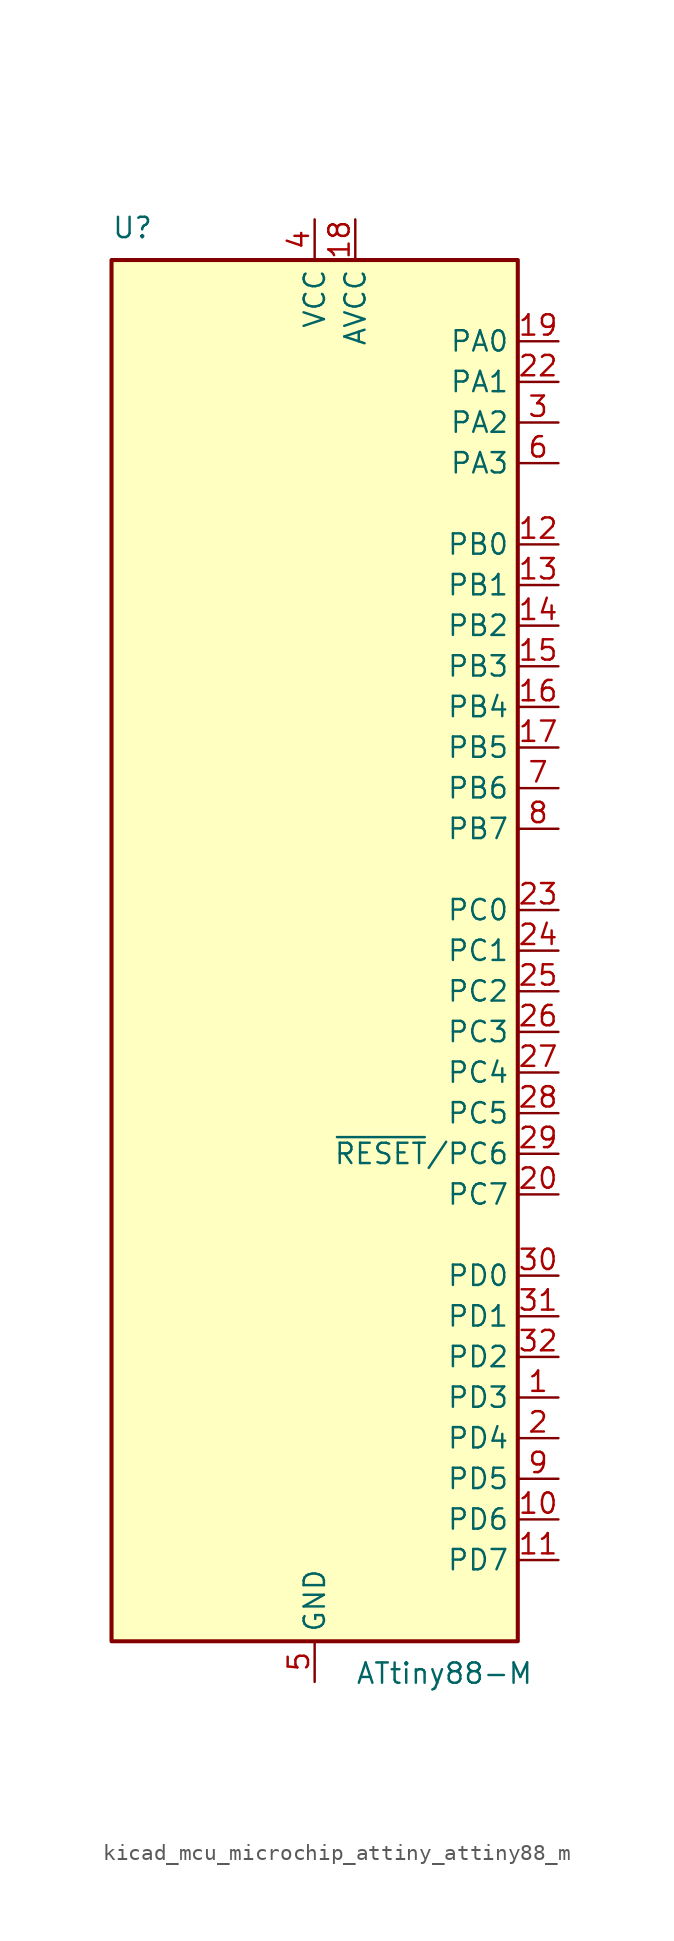
<source format=kicad_sym>
(kicad_symbol_lib
  (version 20220914)
  (generator kicad_symbol_editor)
  (symbol "kicad_mcu_microchip_attiny_attiny88_m"
    (property "Reference" "U"
      (at -12.7 44.45 0)
      (effects (font (size 1.27 1.27)) (justify left bottom)))
    (property "Value" "ATtiny88-M"
      (at 2.54 -44.45 0)
      (effects (font (size 1.27 1.27)) (justify left top)))
    (symbol "kicad_mcu_microchip_attiny_attiny88_m_0_1"
      (rectangle (start -12.7 -43.18) (end 12.7 43.18) (stroke (width 0.254) (type default)) (fill (type background))))
    (symbol "kicad_mcu_microchip_attiny_attiny88_m_1_1"
      (pin bidirectional line (at 15.24 -27.94 180) (length 2.54) (name "PD3" (effects (font (size 1.27 1.27)))) (number "1" (effects (font (size 1.27 1.27)))))
      (pin bidirectional line (at 15.24 -35.56 180) (length 2.54) (name "PD6" (effects (font (size 1.27 1.27)))) (number "10" (effects (font (size 1.27 1.27)))))
      (pin bidirectional line (at 15.24 -38.1 180) (length 2.54) (name "PD7" (effects (font (size 1.27 1.27)))) (number "11" (effects (font (size 1.27 1.27)))))
      (pin bidirectional line (at 15.24 25.4 180) (length 2.54) (name "PB0" (effects (font (size 1.27 1.27)))) (number "12" (effects (font (size 1.27 1.27)))))
      (pin bidirectional line (at 15.24 22.86 180) (length 2.54) (name "PB1" (effects (font (size 1.27 1.27)))) (number "13" (effects (font (size 1.27 1.27)))))
      (pin bidirectional line (at 15.24 20.32 180) (length 2.54) (name "PB2" (effects (font (size 1.27 1.27)))) (number "14" (effects (font (size 1.27 1.27)))))
      (pin bidirectional line (at 15.24 17.78 180) (length 2.54) (name "PB3" (effects (font (size 1.27 1.27)))) (number "15" (effects (font (size 1.27 1.27)))))
      (pin bidirectional line (at 15.24 15.24 180) (length 2.54) (name "PB4" (effects (font (size 1.27 1.27)))) (number "16" (effects (font (size 1.27 1.27)))))
      (pin bidirectional line (at 15.24 12.7 180) (length 2.54) (name "PB5" (effects (font (size 1.27 1.27)))) (number "17" (effects (font (size 1.27 1.27)))))
      (pin power_in line (at 2.54 45.72 270) (length 2.54) (name "AVCC" (effects (font (size 1.27 1.27)))) (number "18" (effects (font (size 1.27 1.27)))))
      (pin bidirectional line (at 15.24 38.1 180) (length 2.54) (name "PA0" (effects (font (size 1.27 1.27)))) (number "19" (effects (font (size 1.27 1.27)))))
      (pin bidirectional line (at 15.24 -30.48 180) (length 2.54) (name "PD4" (effects (font (size 1.27 1.27)))) (number "2" (effects (font (size 1.27 1.27)))))
      (pin bidirectional line (at 15.24 -15.24 180) (length 2.54) (name "PC7" (effects (font (size 1.27 1.27)))) (number "20" (effects (font (size 1.27 1.27)))))
      (pin passive line (at 0 -45.72 90) (length 2.54) hide (name "GND" (effects (font (size 1.27 1.27)))) (number "21" (effects (font (size 1.27 1.27)))))
      (pin bidirectional line (at 15.24 35.56 180) (length 2.54) (name "PA1" (effects (font (size 1.27 1.27)))) (number "22" (effects (font (size 1.27 1.27)))))
      (pin bidirectional line (at 15.24 2.54 180) (length 2.54) (name "PC0" (effects (font (size 1.27 1.27)))) (number "23" (effects (font (size 1.27 1.27)))))
      (pin bidirectional line (at 15.24 0 180) (length 2.54) (name "PC1" (effects (font (size 1.27 1.27)))) (number "24" (effects (font (size 1.27 1.27)))))
      (pin bidirectional line (at 15.24 -2.54 180) (length 2.54) (name "PC2" (effects (font (size 1.27 1.27)))) (number "25" (effects (font (size 1.27 1.27)))))
      (pin bidirectional line (at 15.24 -5.08 180) (length 2.54) (name "PC3" (effects (font (size 1.27 1.27)))) (number "26" (effects (font (size 1.27 1.27)))))
      (pin bidirectional line (at 15.24 -7.62 180) (length 2.54) (name "PC4" (effects (font (size 1.27 1.27)))) (number "27" (effects (font (size 1.27 1.27)))))
      (pin bidirectional line (at 15.24 -10.16 180) (length 2.54) (name "PC5" (effects (font (size 1.27 1.27)))) (number "28" (effects (font (size 1.27 1.27)))))
      (pin bidirectional line (at 15.24 -12.7 180) (length 2.54) (name "~{RESET}/PC6" (effects (font (size 1.27 1.27)))) (number "29" (effects (font (size 1.27 1.27)))))
      (pin bidirectional line (at 15.24 33.02 180) (length 2.54) (name "PA2" (effects (font (size 1.27 1.27)))) (number "3" (effects (font (size 1.27 1.27)))))
      (pin bidirectional line (at 15.24 -20.32 180) (length 2.54) (name "PD0" (effects (font (size 1.27 1.27)))) (number "30" (effects (font (size 1.27 1.27)))))
      (pin bidirectional line (at 15.24 -22.86 180) (length 2.54) (name "PD1" (effects (font (size 1.27 1.27)))) (number "31" (effects (font (size 1.27 1.27)))))
      (pin bidirectional line (at 15.24 -25.4 180) (length 2.54) (name "PD2" (effects (font (size 1.27 1.27)))) (number "32" (effects (font (size 1.27 1.27)))))
      (pin passive line (at 0 -45.72 90) (length 2.54) hide (name "GND" (effects (font (size 1.27 1.27)))) (number "33" (effects (font (size 1.27 1.27)))))
      (pin power_in line (at 0 45.72 270) (length 2.54) (name "VCC" (effects (font (size 1.27 1.27)))) (number "4" (effects (font (size 1.27 1.27)))))
      (pin power_in line (at 0 -45.72 90) (length 2.54) (name "GND" (effects (font (size 1.27 1.27)))) (number "5" (effects (font (size 1.27 1.27)))))
      (pin bidirectional line (at 15.24 30.48 180) (length 2.54) (name "PA3" (effects (font (size 1.27 1.27)))) (number "6" (effects (font (size 1.27 1.27)))))
      (pin bidirectional line (at 15.24 10.16 180) (length 2.54) (name "PB6" (effects (font (size 1.27 1.27)))) (number "7" (effects (font (size 1.27 1.27)))))
      (pin bidirectional line (at 15.24 7.62 180) (length 2.54) (name "PB7" (effects (font (size 1.27 1.27)))) (number "8" (effects (font (size 1.27 1.27)))))
      (pin bidirectional line (at 15.24 -33.02 180) (length 2.54) (name "PD5" (effects (font (size 1.27 1.27)))) (number "9" (effects (font (size 1.27 1.27))))))))
</source>
